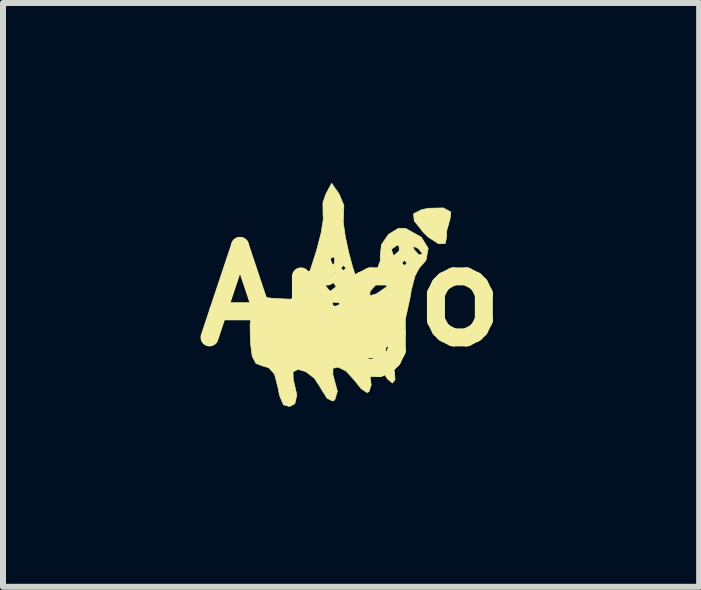
<source format=kicad_pcb>
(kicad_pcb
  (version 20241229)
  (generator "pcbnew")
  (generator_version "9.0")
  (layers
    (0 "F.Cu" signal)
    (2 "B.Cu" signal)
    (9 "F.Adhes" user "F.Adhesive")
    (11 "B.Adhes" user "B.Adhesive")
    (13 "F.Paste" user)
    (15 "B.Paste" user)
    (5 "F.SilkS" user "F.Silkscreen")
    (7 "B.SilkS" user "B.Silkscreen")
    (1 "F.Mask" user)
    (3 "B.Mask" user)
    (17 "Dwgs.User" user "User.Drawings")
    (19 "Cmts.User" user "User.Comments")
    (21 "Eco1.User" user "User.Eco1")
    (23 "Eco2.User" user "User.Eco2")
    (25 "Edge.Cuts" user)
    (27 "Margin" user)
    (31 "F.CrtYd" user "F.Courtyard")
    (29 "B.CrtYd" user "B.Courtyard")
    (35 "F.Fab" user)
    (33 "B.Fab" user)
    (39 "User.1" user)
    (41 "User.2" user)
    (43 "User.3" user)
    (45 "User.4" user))
  (footprint "Argo"
    (layer "F.Cu")
    (at 2.801 1.884)
    (property "Reference" "Argo" (at 0 0 0) (layer "F.SilkS") (effects (font (size 1.524 1.524) (thickness 0.3))))
    (attr through_hole)
    (fp_poly (pts (xy 1.664 -1.4) (xy 1.648 -1.267) (xy 1.642 -1.256) (xy 1.592 -1.077) (xy 1.595 -0.995) (xy 1.571 -0.874) (xy 1.46 -0.87) (xy 1.292 -0.978) (xy 1.206 -1.06) (xy 1.053 -1.253) (xy 1.042 -1.372) (xy 1.179 -1.441) (xy 1.291 -1.463) (xy 1.539 -1.469) (xy 1.664 -1.4)) (stroke (width 0.01) (type solid)) (fill yes) (layer "F.SilkS"))
    (fp_poly (pts (xy -0.197 -1.698) (xy -0.119 -1.509) (xy -0.124 -1.375) (xy -0.13 -1.236) (xy -0.098 -1.006) (xy -0.04 -0.733) (xy 0.03 -0.47) (xy 0.102 -0.265) (xy 0.162 -0.171) (xy 0.169 -0.169) (xy 0.297 -0.24) (xy 0.419 -0.403) (xy 0.474 -0.55) (xy 0.847 -0.55) (xy 0.889 -0.508) (xy 0.931 -0.55) (xy 0.889 -0.593) (xy 0.847 -0.55) (xy 0.474 -0.55) (xy 0.487 -0.586) (xy 0.486 -0.669) (xy 0.496 -0.762) (xy 0.677 -0.762) (xy 0.706 -0.68) (xy 0.715 -0.677) (xy 0.787 -0.737) (xy 0.804 -0.762) (xy 0.799 -0.822) (xy 1.03 -0.822) (xy 1.05 -0.775) (xy 1.135 -0.684) (xy 1.185 -0.703) (xy 1.185 -0.715) (xy 1.125 -0.786) (xy 1.088 -0.812) (xy 1.03 -0.822) (xy 0.799 -0.822) (xy 0.798 -0.84) (xy 0.767 -0.847) (xy 0.681 -0.785) (xy 0.677 -0.762) (xy 0.496 -0.762) (xy 0.506 -0.856) (xy 0.624 -1.028) (xy 0.791 -1.129) (xy 0.911 -1.127) (xy 1.17 -0.982) (xy 1.286 -0.796) (xy 1.249 -0.594) (xy 1.137 -0.466) (xy 1.067 -0.336) (xy 1.006 -0.105) (xy 0.985 0.022) (xy 0.92 0.322) (xy 0.816 0.591) (xy 0.695 0.781) (xy 0.587 0.847) (xy 0.576 0.91) (xy 0.641 1.064) (xy 0.659 1.095) (xy 0.726 1.266) (xy 0.733 1.398) (xy 0.69 1.451) (xy 0.608 1.384) (xy 0.589 1.354) (xy 0.45 1.133) (xy 0.363 1.034) (xy 0.298 1.031) (xy 0.25 1.071) (xy 0.201 1.175) (xy 0.247 1.223) (xy 0.317 1.33) (xy 0.336 1.481) (xy 0.301 1.593) (xy 0.264 1.609) (xy 0.169 1.545) (xy 0.05 1.397) (xy -0.082 1.252) (xy -0.214 1.186) (xy -0.302 1.205) (xy -0.302 1.317) (xy -0.296 1.333) (xy -0.227 1.588) (xy -0.271 1.731) (xy -0.306 1.751) (xy -0.399 1.705) (xy -0.497 1.55) (xy -0.503 1.536) (xy -0.611 1.371) (xy -0.753 1.262) (xy -0.885 1.222) (xy -0.967 1.265) (xy -0.963 1.387) (xy -0.903 1.65) (xy -0.937 1.796) (xy -1.026 1.842) (xy -1.127 1.813) (xy -1.193 1.656) (xy -1.216 1.534) (xy -1.275 1.302) (xy -1.374 1.194) (xy -1.461 1.17) (xy -1.584 1.125) (xy -1.648 1.004) (xy -1.678 0.769) (xy -1.683 0.486) (xy -1.663 0.241) (xy -1.653 0.19) (xy -1.622 0.113) (xy -0.31 0.113) (xy -0.299 0.163) (xy -0.254 0.169) (xy -0.184 0.138) (xy -0.198 0.113) (xy -0.298 0.103) (xy -0.31 0.113) (xy -1.622 0.113) (xy -1.601 0.06) (xy -1.5 0.017) (xy -1.292 0.039) (xy -1.281 0.04) (xy -1.009 0.053) (xy -0.96 0.028) (xy -0.056 0.028) (xy -0.045 0.079) (xy 0 0.085) (xy 0.07 0.054) (xy 0.056 0.028) (xy -0.044 0.018) (xy -0.056 0.028) (xy -0.96 0.028) (xy -0.894 -0.005) (xy 0.315 -0.005) (xy 0.424 -0.037) (xy 0.604 -0.162) (xy 0.725 -0.294) (xy 0.74 -0.388) (xy 0.738 -0.39) (xy 0.643 -0.38) (xy 0.489 -0.271) (xy 0.444 -0.228) (xy 0.315 -0.072) (xy 0.315 -0.005) (xy -0.894 -0.005) (xy -0.872 -0.016) (xy -0.788 -0.169) (xy -0.423 -0.169) (xy -0.359 -0.087) (xy -0.339 -0.085) (xy -0.256 -0.149) (xy -0.254 -0.169) (xy -0.318 -0.252) (xy -0.339 -0.254) (xy -0.421 -0.19) (xy -0.423 -0.169) (xy -0.788 -0.169) (xy -0.777 -0.189) (xy -0.751 -0.254) (xy -0.593 -0.254) (xy -0.562 -0.184) (xy -0.536 -0.198) (xy -0.526 -0.298) (xy -0.536 -0.31) (xy -0.587 -0.299) (xy -0.593 -0.254) (xy -0.751 -0.254) (xy -0.701 -0.381) (xy -0.339 -0.381) (xy -0.296 -0.339) (xy -0.254 -0.381) (xy -0.296 -0.423) (xy -0.339 -0.381) (xy -0.701 -0.381) (xy -0.672 -0.455) (xy -0.669 -0.466) (xy -0.169 -0.466) (xy -0.127 -0.423) (xy -0.085 -0.466) (xy -0.127 -0.508) (xy -0.169 -0.466) (xy -0.669 -0.466) (xy -0.628 -0.593) (xy -0.339 -0.593) (xy -0.308 -0.523) (xy -0.282 -0.536) (xy -0.272 -0.637) (xy -0.282 -0.649) (xy -0.333 -0.637) (xy -0.339 -0.593) (xy -0.628 -0.593) (xy -0.574 -0.762) (xy -0.498 -1.055) (xy -0.463 -1.279) (xy -0.467 -1.36) (xy -0.469 -1.557) (xy -0.421 -1.698) (xy -0.324 -1.879) (xy -0.197 -1.698)) (stroke (width 0.01) (type solid)) (fill yes) (layer "F.SilkS")))
  (gr_rect
    (start -3 -3)
    (end 8.603 6.731)
    (stroke (width 0.1) (type default))
    (fill no)
    (layer "Edge.Cuts")))
</source>
